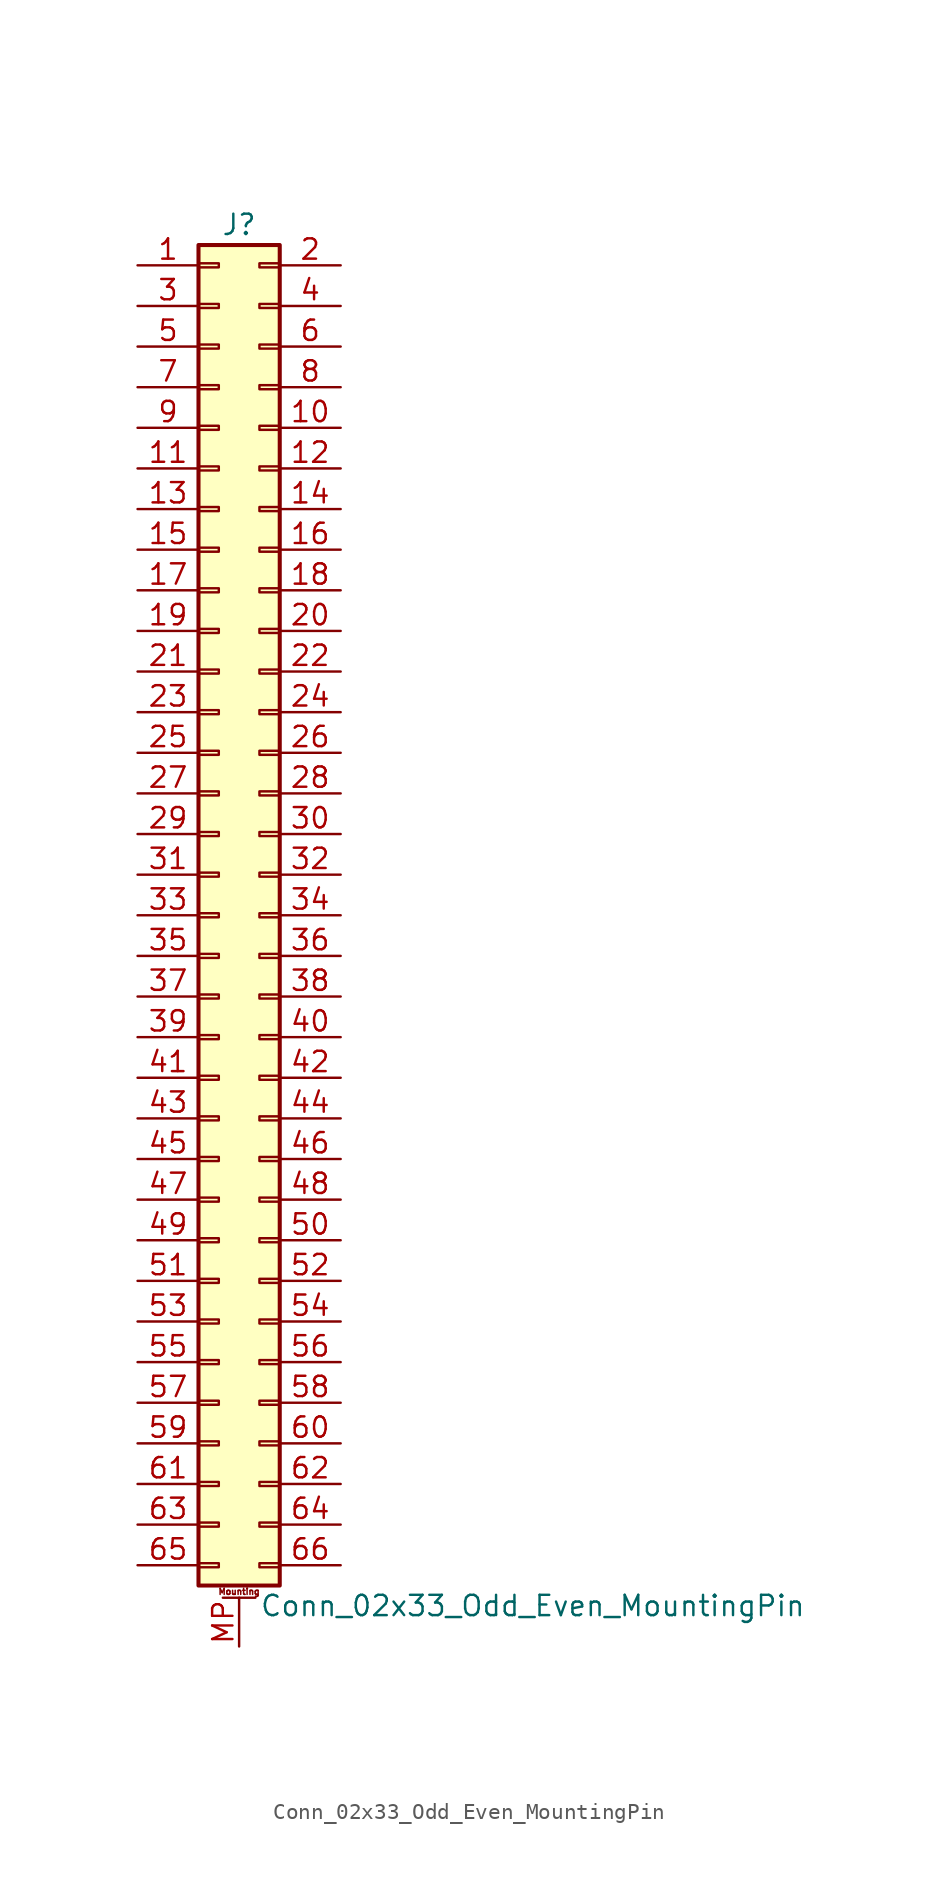
<source format=kicad_sym>
(kicad_symbol_lib
  (version 20211014)
  (generator kicad_symbol_editor)
  (symbol "Conn_02x33_Odd_Even_MountingPin"
    (pin_names
      (offset 1.016) hide)
    (property "Reference" "J"
      (at 1.27 43.18 0)
      (effects (font (size 1.27 1.27))))
    (property "Value" "Conn_02x33_Odd_Even_MountingPin"
      (at 2.54 -43.18 0)
      (effects (font (size 1.27 1.27)) (justify left)))
    (symbol "Conn_02x33_Odd_Even_MountingPin_1_1"
      (rectangle (start -1.27 -40.513) (end 0 -40.767) (stroke (width 0.152) (type default) (color 0 0 0 0)) (fill (type none)))
      (rectangle (start -1.27 -37.973) (end 0 -38.227) (stroke (width 0.152) (type default) (color 0 0 0 0)) (fill (type none)))
      (rectangle (start -1.27 -35.433) (end 0 -35.687) (stroke (width 0.152) (type default) (color 0 0 0 0)) (fill (type none)))
      (rectangle (start -1.27 -32.893) (end 0 -33.147) (stroke (width 0.152) (type default) (color 0 0 0 0)) (fill (type none)))
      (rectangle (start -1.27 -30.353) (end 0 -30.607) (stroke (width 0.152) (type default) (color 0 0 0 0)) (fill (type none)))
      (rectangle (start -1.27 -27.813) (end 0 -28.067) (stroke (width 0.152) (type default) (color 0 0 0 0)) (fill (type none)))
      (rectangle (start -1.27 -25.273) (end 0 -25.527) (stroke (width 0.152) (type default) (color 0 0 0 0)) (fill (type none)))
      (rectangle (start -1.27 -22.733) (end 0 -22.987) (stroke (width 0.152) (type default) (color 0 0 0 0)) (fill (type none)))
      (rectangle (start -1.27 -20.193) (end 0 -20.447) (stroke (width 0.152) (type default) (color 0 0 0 0)) (fill (type none)))
      (rectangle (start -1.27 -17.653) (end 0 -17.907) (stroke (width 0.152) (type default) (color 0 0 0 0)) (fill (type none)))
      (rectangle (start -1.27 -15.113) (end 0 -15.367) (stroke (width 0.152) (type default) (color 0 0 0 0)) (fill (type none)))
      (rectangle (start -1.27 -12.573) (end 0 -12.827) (stroke (width 0.152) (type default) (color 0 0 0 0)) (fill (type none)))
      (rectangle (start -1.27 -10.033) (end 0 -10.287) (stroke (width 0.152) (type default) (color 0 0 0 0)) (fill (type none)))
      (rectangle (start -1.27 -7.493) (end 0 -7.747) (stroke (width 0.152) (type default) (color 0 0 0 0)) (fill (type none)))
      (rectangle (start -1.27 -4.953) (end 0 -5.207) (stroke (width 0.152) (type default) (color 0 0 0 0)) (fill (type none)))
      (rectangle (start -1.27 -2.413) (end 0 -2.667) (stroke (width 0.152) (type default) (color 0 0 0 0)) (fill (type none)))
      (rectangle (start -1.27 0.127) (end 0 -0.127) (stroke (width 0.152) (type default) (color 0 0 0 0)) (fill (type none)))
      (rectangle (start -1.27 2.667) (end 0 2.413) (stroke (width 0.152) (type default) (color 0 0 0 0)) (fill (type none)))
      (rectangle (start -1.27 5.207) (end 0 4.953) (stroke (width 0.152) (type default) (color 0 0 0 0)) (fill (type none)))
      (rectangle (start -1.27 7.747) (end 0 7.493) (stroke (width 0.152) (type default) (color 0 0 0 0)) (fill (type none)))
      (rectangle (start -1.27 10.287) (end 0 10.033) (stroke (width 0.152) (type default) (color 0 0 0 0)) (fill (type none)))
      (rectangle (start -1.27 12.827) (end 0 12.573) (stroke (width 0.152) (type default) (color 0 0 0 0)) (fill (type none)))
      (rectangle (start -1.27 15.367) (end 0 15.113) (stroke (width 0.152) (type default) (color 0 0 0 0)) (fill (type none)))
      (rectangle (start -1.27 17.907) (end 0 17.653) (stroke (width 0.152) (type default) (color 0 0 0 0)) (fill (type none)))
      (rectangle (start -1.27 20.447) (end 0 20.193) (stroke (width 0.152) (type default) (color 0 0 0 0)) (fill (type none)))
      (rectangle (start -1.27 22.987) (end 0 22.733) (stroke (width 0.152) (type default) (color 0 0 0 0)) (fill (type none)))
      (rectangle (start -1.27 25.527) (end 0 25.273) (stroke (width 0.152) (type default) (color 0 0 0 0)) (fill (type none)))
      (rectangle (start -1.27 28.067) (end 0 27.813) (stroke (width 0.152) (type default) (color 0 0 0 0)) (fill (type none)))
      (rectangle (start -1.27 30.607) (end 0 30.353) (stroke (width 0.152) (type default) (color 0 0 0 0)) (fill (type none)))
      (rectangle (start -1.27 33.147) (end 0 32.893) (stroke (width 0.152) (type default) (color 0 0 0 0)) (fill (type none)))
      (rectangle (start -1.27 35.687) (end 0 35.433) (stroke (width 0.152) (type default) (color 0 0 0 0)) (fill (type none)))
      (rectangle (start -1.27 38.227) (end 0 37.973) (stroke (width 0.152) (type default) (color 0 0 0 0)) (fill (type none)))
      (rectangle (start -1.27 40.767) (end 0 40.513) (stroke (width 0.152) (type default) (color 0 0 0 0)) (fill (type none)))
      (rectangle (start -1.27 41.91) (end 3.81 -41.91) (stroke (width 0.254) (type default) (color 0 0 0 0)) (fill (type background)))
      (polyline (pts (xy 0.254 -42.672) (xy 2.286 -42.672)) (stroke (width 0.152) (type default) (color 0 0 0 0)) (fill (type none)))
      (rectangle (start 3.81 -40.513) (end 2.54 -40.767) (stroke (width 0.152) (type default) (color 0 0 0 0)) (fill (type none)))
      (rectangle (start 3.81 -37.973) (end 2.54 -38.227) (stroke (width 0.152) (type default) (color 0 0 0 0)) (fill (type none)))
      (rectangle (start 3.81 -35.433) (end 2.54 -35.687) (stroke (width 0.152) (type default) (color 0 0 0 0)) (fill (type none)))
      (rectangle (start 3.81 -32.893) (end 2.54 -33.147) (stroke (width 0.152) (type default) (color 0 0 0 0)) (fill (type none)))
      (rectangle (start 3.81 -30.353) (end 2.54 -30.607) (stroke (width 0.152) (type default) (color 0 0 0 0)) (fill (type none)))
      (rectangle (start 3.81 -27.813) (end 2.54 -28.067) (stroke (width 0.152) (type default) (color 0 0 0 0)) (fill (type none)))
      (rectangle (start 3.81 -25.273) (end 2.54 -25.527) (stroke (width 0.152) (type default) (color 0 0 0 0)) (fill (type none)))
      (rectangle (start 3.81 -22.733) (end 2.54 -22.987) (stroke (width 0.152) (type default) (color 0 0 0 0)) (fill (type none)))
      (rectangle (start 3.81 -20.193) (end 2.54 -20.447) (stroke (width 0.152) (type default) (color 0 0 0 0)) (fill (type none)))
      (rectangle (start 3.81 -17.653) (end 2.54 -17.907) (stroke (width 0.152) (type default) (color 0 0 0 0)) (fill (type none)))
      (rectangle (start 3.81 -15.113) (end 2.54 -15.367) (stroke (width 0.152) (type default) (color 0 0 0 0)) (fill (type none)))
      (rectangle (start 3.81 -12.573) (end 2.54 -12.827) (stroke (width 0.152) (type default) (color 0 0 0 0)) (fill (type none)))
      (rectangle (start 3.81 -10.033) (end 2.54 -10.287) (stroke (width 0.152) (type default) (color 0 0 0 0)) (fill (type none)))
      (rectangle (start 3.81 -7.493) (end 2.54 -7.747) (stroke (width 0.152) (type default) (color 0 0 0 0)) (fill (type none)))
      (rectangle (start 3.81 -4.953) (end 2.54 -5.207) (stroke (width 0.152) (type default) (color 0 0 0 0)) (fill (type none)))
      (rectangle (start 3.81 -2.413) (end 2.54 -2.667) (stroke (width 0.152) (type default) (color 0 0 0 0)) (fill (type none)))
      (rectangle (start 3.81 0.127) (end 2.54 -0.127) (stroke (width 0.152) (type default) (color 0 0 0 0)) (fill (type none)))
      (rectangle (start 3.81 2.667) (end 2.54 2.413) (stroke (width 0.152) (type default) (color 0 0 0 0)) (fill (type none)))
      (rectangle (start 3.81 5.207) (end 2.54 4.953) (stroke (width 0.152) (type default) (color 0 0 0 0)) (fill (type none)))
      (rectangle (start 3.81 7.747) (end 2.54 7.493) (stroke (width 0.152) (type default) (color 0 0 0 0)) (fill (type none)))
      (rectangle (start 3.81 10.287) (end 2.54 10.033) (stroke (width 0.152) (type default) (color 0 0 0 0)) (fill (type none)))
      (rectangle (start 3.81 12.827) (end 2.54 12.573) (stroke (width 0.152) (type default) (color 0 0 0 0)) (fill (type none)))
      (rectangle (start 3.81 15.367) (end 2.54 15.113) (stroke (width 0.152) (type default) (color 0 0 0 0)) (fill (type none)))
      (rectangle (start 3.81 17.907) (end 2.54 17.653) (stroke (width 0.152) (type default) (color 0 0 0 0)) (fill (type none)))
      (rectangle (start 3.81 20.447) (end 2.54 20.193) (stroke (width 0.152) (type default) (color 0 0 0 0)) (fill (type none)))
      (rectangle (start 3.81 22.987) (end 2.54 22.733) (stroke (width 0.152) (type default) (color 0 0 0 0)) (fill (type none)))
      (rectangle (start 3.81 25.527) (end 2.54 25.273) (stroke (width 0.152) (type default) (color 0 0 0 0)) (fill (type none)))
      (rectangle (start 3.81 28.067) (end 2.54 27.813) (stroke (width 0.152) (type default) (color 0 0 0 0)) (fill (type none)))
      (rectangle (start 3.81 30.607) (end 2.54 30.353) (stroke (width 0.152) (type default) (color 0 0 0 0)) (fill (type none)))
      (rectangle (start 3.81 33.147) (end 2.54 32.893) (stroke (width 0.152) (type default) (color 0 0 0 0)) (fill (type none)))
      (rectangle (start 3.81 35.687) (end 2.54 35.433) (stroke (width 0.152) (type default) (color 0 0 0 0)) (fill (type none)))
      (rectangle (start 3.81 38.227) (end 2.54 37.973) (stroke (width 0.152) (type default) (color 0 0 0 0)) (fill (type none)))
      (rectangle (start 3.81 40.767) (end 2.54 40.513) (stroke (width 0.152) (type default) (color 0 0 0 0)) (fill (type none)))
      (text "Mounting" (at 1.27 -42.291 0) (effects (font (size 0.381 0.381))))
      (pin passive line (at -5.08 40.64 0) (length 3.81) (name "Pin_1" (effects (font (size 1.27 1.27)))) (number "1" (effects (font (size 1.27 1.27)))))
      (pin passive line (at 7.62 30.48 180) (length 3.81) (name "Pin_10" (effects (font (size 1.27 1.27)))) (number "10" (effects (font (size 1.27 1.27)))))
      (pin passive line (at -5.08 27.94 0) (length 3.81) (name "Pin_11" (effects (font (size 1.27 1.27)))) (number "11" (effects (font (size 1.27 1.27)))))
      (pin passive line (at 7.62 27.94 180) (length 3.81) (name "Pin_12" (effects (font (size 1.27 1.27)))) (number "12" (effects (font (size 1.27 1.27)))))
      (pin passive line (at -5.08 25.4 0) (length 3.81) (name "Pin_13" (effects (font (size 1.27 1.27)))) (number "13" (effects (font (size 1.27 1.27)))))
      (pin passive line (at 7.62 25.4 180) (length 3.81) (name "Pin_14" (effects (font (size 1.27 1.27)))) (number "14" (effects (font (size 1.27 1.27)))))
      (pin passive line (at -5.08 22.86 0) (length 3.81) (name "Pin_15" (effects (font (size 1.27 1.27)))) (number "15" (effects (font (size 1.27 1.27)))))
      (pin passive line (at 7.62 22.86 180) (length 3.81) (name "Pin_16" (effects (font (size 1.27 1.27)))) (number "16" (effects (font (size 1.27 1.27)))))
      (pin passive line (at -5.08 20.32 0) (length 3.81) (name "Pin_17" (effects (font (size 1.27 1.27)))) (number "17" (effects (font (size 1.27 1.27)))))
      (pin passive line (at 7.62 20.32 180) (length 3.81) (name "Pin_18" (effects (font (size 1.27 1.27)))) (number "18" (effects (font (size 1.27 1.27)))))
      (pin passive line (at -5.08 17.78 0) (length 3.81) (name "Pin_19" (effects (font (size 1.27 1.27)))) (number "19" (effects (font (size 1.27 1.27)))))
      (pin passive line (at 7.62 40.64 180) (length 3.81) (name "Pin_2" (effects (font (size 1.27 1.27)))) (number "2" (effects (font (size 1.27 1.27)))))
      (pin passive line (at 7.62 17.78 180) (length 3.81) (name "Pin_20" (effects (font (size 1.27 1.27)))) (number "20" (effects (font (size 1.27 1.27)))))
      (pin passive line (at -5.08 15.24 0) (length 3.81) (name "Pin_21" (effects (font (size 1.27 1.27)))) (number "21" (effects (font (size 1.27 1.27)))))
      (pin passive line (at 7.62 15.24 180) (length 3.81) (name "Pin_22" (effects (font (size 1.27 1.27)))) (number "22" (effects (font (size 1.27 1.27)))))
      (pin passive line (at -5.08 12.7 0) (length 3.81) (name "Pin_23" (effects (font (size 1.27 1.27)))) (number "23" (effects (font (size 1.27 1.27)))))
      (pin passive line (at 7.62 12.7 180) (length 3.81) (name "Pin_24" (effects (font (size 1.27 1.27)))) (number "24" (effects (font (size 1.27 1.27)))))
      (pin passive line (at -5.08 10.16 0) (length 3.81) (name "Pin_25" (effects (font (size 1.27 1.27)))) (number "25" (effects (font (size 1.27 1.27)))))
      (pin passive line (at 7.62 10.16 180) (length 3.81) (name "Pin_26" (effects (font (size 1.27 1.27)))) (number "26" (effects (font (size 1.27 1.27)))))
      (pin passive line (at -5.08 7.62 0) (length 3.81) (name "Pin_27" (effects (font (size 1.27 1.27)))) (number "27" (effects (font (size 1.27 1.27)))))
      (pin passive line (at 7.62 7.62 180) (length 3.81) (name "Pin_28" (effects (font (size 1.27 1.27)))) (number "28" (effects (font (size 1.27 1.27)))))
      (pin passive line (at -5.08 5.08 0) (length 3.81) (name "Pin_29" (effects (font (size 1.27 1.27)))) (number "29" (effects (font (size 1.27 1.27)))))
      (pin passive line (at -5.08 38.1 0) (length 3.81) (name "Pin_3" (effects (font (size 1.27 1.27)))) (number "3" (effects (font (size 1.27 1.27)))))
      (pin passive line (at 7.62 5.08 180) (length 3.81) (name "Pin_30" (effects (font (size 1.27 1.27)))) (number "30" (effects (font (size 1.27 1.27)))))
      (pin passive line (at -5.08 2.54 0) (length 3.81) (name "Pin_31" (effects (font (size 1.27 1.27)))) (number "31" (effects (font (size 1.27 1.27)))))
      (pin passive line (at 7.62 2.54 180) (length 3.81) (name "Pin_32" (effects (font (size 1.27 1.27)))) (number "32" (effects (font (size 1.27 1.27)))))
      (pin passive line (at -5.08 0 0) (length 3.81) (name "Pin_33" (effects (font (size 1.27 1.27)))) (number "33" (effects (font (size 1.27 1.27)))))
      (pin passive line (at 7.62 0 180) (length 3.81) (name "Pin_34" (effects (font (size 1.27 1.27)))) (number "34" (effects (font (size 1.27 1.27)))))
      (pin passive line (at -5.08 -2.54 0) (length 3.81) (name "Pin_35" (effects (font (size 1.27 1.27)))) (number "35" (effects (font (size 1.27 1.27)))))
      (pin passive line (at 7.62 -2.54 180) (length 3.81) (name "Pin_36" (effects (font (size 1.27 1.27)))) (number "36" (effects (font (size 1.27 1.27)))))
      (pin passive line (at -5.08 -5.08 0) (length 3.81) (name "Pin_37" (effects (font (size 1.27 1.27)))) (number "37" (effects (font (size 1.27 1.27)))))
      (pin passive line (at 7.62 -5.08 180) (length 3.81) (name "Pin_38" (effects (font (size 1.27 1.27)))) (number "38" (effects (font (size 1.27 1.27)))))
      (pin passive line (at -5.08 -7.62 0) (length 3.81) (name "Pin_39" (effects (font (size 1.27 1.27)))) (number "39" (effects (font (size 1.27 1.27)))))
      (pin passive line (at 7.62 38.1 180) (length 3.81) (name "Pin_4" (effects (font (size 1.27 1.27)))) (number "4" (effects (font (size 1.27 1.27)))))
      (pin passive line (at 7.62 -7.62 180) (length 3.81) (name "Pin_40" (effects (font (size 1.27 1.27)))) (number "40" (effects (font (size 1.27 1.27)))))
      (pin passive line (at -5.08 -10.16 0) (length 3.81) (name "Pin_41" (effects (font (size 1.27 1.27)))) (number "41" (effects (font (size 1.27 1.27)))))
      (pin passive line (at 7.62 -10.16 180) (length 3.81) (name "Pin_42" (effects (font (size 1.27 1.27)))) (number "42" (effects (font (size 1.27 1.27)))))
      (pin passive line (at -5.08 -12.7 0) (length 3.81) (name "Pin_43" (effects (font (size 1.27 1.27)))) (number "43" (effects (font (size 1.27 1.27)))))
      (pin passive line (at 7.62 -12.7 180) (length 3.81) (name "Pin_44" (effects (font (size 1.27 1.27)))) (number "44" (effects (font (size 1.27 1.27)))))
      (pin passive line (at -5.08 -15.24 0) (length 3.81) (name "Pin_45" (effects (font (size 1.27 1.27)))) (number "45" (effects (font (size 1.27 1.27)))))
      (pin passive line (at 7.62 -15.24 180) (length 3.81) (name "Pin_46" (effects (font (size 1.27 1.27)))) (number "46" (effects (font (size 1.27 1.27)))))
      (pin passive line (at -5.08 -17.78 0) (length 3.81) (name "Pin_47" (effects (font (size 1.27 1.27)))) (number "47" (effects (font (size 1.27 1.27)))))
      (pin passive line (at 7.62 -17.78 180) (length 3.81) (name "Pin_48" (effects (font (size 1.27 1.27)))) (number "48" (effects (font (size 1.27 1.27)))))
      (pin passive line (at -5.08 -20.32 0) (length 3.81) (name "Pin_49" (effects (font (size 1.27 1.27)))) (number "49" (effects (font (size 1.27 1.27)))))
      (pin passive line (at -5.08 35.56 0) (length 3.81) (name "Pin_5" (effects (font (size 1.27 1.27)))) (number "5" (effects (font (size 1.27 1.27)))))
      (pin passive line (at 7.62 -20.32 180) (length 3.81) (name "Pin_50" (effects (font (size 1.27 1.27)))) (number "50" (effects (font (size 1.27 1.27)))))
      (pin passive line (at -5.08 -22.86 0) (length 3.81) (name "Pin_51" (effects (font (size 1.27 1.27)))) (number "51" (effects (font (size 1.27 1.27)))))
      (pin passive line (at 7.62 -22.86 180) (length 3.81) (name "Pin_52" (effects (font (size 1.27 1.27)))) (number "52" (effects (font (size 1.27 1.27)))))
      (pin passive line (at -5.08 -25.4 0) (length 3.81) (name "Pin_53" (effects (font (size 1.27 1.27)))) (number "53" (effects (font (size 1.27 1.27)))))
      (pin passive line (at 7.62 -25.4 180) (length 3.81) (name "Pin_54" (effects (font (size 1.27 1.27)))) (number "54" (effects (font (size 1.27 1.27)))))
      (pin passive line (at -5.08 -27.94 0) (length 3.81) (name "Pin_55" (effects (font (size 1.27 1.27)))) (number "55" (effects (font (size 1.27 1.27)))))
      (pin passive line (at 7.62 -27.94 180) (length 3.81) (name "Pin_56" (effects (font (size 1.27 1.27)))) (number "56" (effects (font (size 1.27 1.27)))))
      (pin passive line (at -5.08 -30.48 0) (length 3.81) (name "Pin_57" (effects (font (size 1.27 1.27)))) (number "57" (effects (font (size 1.27 1.27)))))
      (pin passive line (at 7.62 -30.48 180) (length 3.81) (name "Pin_58" (effects (font (size 1.27 1.27)))) (number "58" (effects (font (size 1.27 1.27)))))
      (pin passive line (at -5.08 -33.02 0) (length 3.81) (name "Pin_59" (effects (font (size 1.27 1.27)))) (number "59" (effects (font (size 1.27 1.27)))))
      (pin passive line (at 7.62 35.56 180) (length 3.81) (name "Pin_6" (effects (font (size 1.27 1.27)))) (number "6" (effects (font (size 1.27 1.27)))))
      (pin passive line (at 7.62 -33.02 180) (length 3.81) (name "Pin_60" (effects (font (size 1.27 1.27)))) (number "60" (effects (font (size 1.27 1.27)))))
      (pin passive line (at -5.08 -35.56 0) (length 3.81) (name "Pin_61" (effects (font (size 1.27 1.27)))) (number "61" (effects (font (size 1.27 1.27)))))
      (pin passive line (at 7.62 -35.56 180) (length 3.81) (name "Pin_62" (effects (font (size 1.27 1.27)))) (number "62" (effects (font (size 1.27 1.27)))))
      (pin passive line (at -5.08 -38.1 0) (length 3.81) (name "Pin_63" (effects (font (size 1.27 1.27)))) (number "63" (effects (font (size 1.27 1.27)))))
      (pin passive line (at 7.62 -38.1 180) (length 3.81) (name "Pin_64" (effects (font (size 1.27 1.27)))) (number "64" (effects (font (size 1.27 1.27)))))
      (pin passive line (at -5.08 -40.64 0) (length 3.81) (name "Pin_65" (effects (font (size 1.27 1.27)))) (number "65" (effects (font (size 1.27 1.27)))))
      (pin passive line (at 7.62 -40.64 180) (length 3.81) (name "Pin_66" (effects (font (size 1.27 1.27)))) (number "66" (effects (font (size 1.27 1.27)))))
      (pin passive line (at -5.08 33.02 0) (length 3.81) (name "Pin_7" (effects (font (size 1.27 1.27)))) (number "7" (effects (font (size 1.27 1.27)))))
      (pin passive line (at 7.62 33.02 180) (length 3.81) (name "Pin_8" (effects (font (size 1.27 1.27)))) (number "8" (effects (font (size 1.27 1.27)))))
      (pin passive line (at -5.08 30.48 0) (length 3.81) (name "Pin_9" (effects (font (size 1.27 1.27)))) (number "9" (effects (font (size 1.27 1.27)))))
      (pin passive line (at 1.27 -45.72 90) (length 3.048) (name "MountPin" (effects (font (size 1.27 1.27)))) (number "MP" (effects (font (size 1.27 1.27))))))))
</source>
